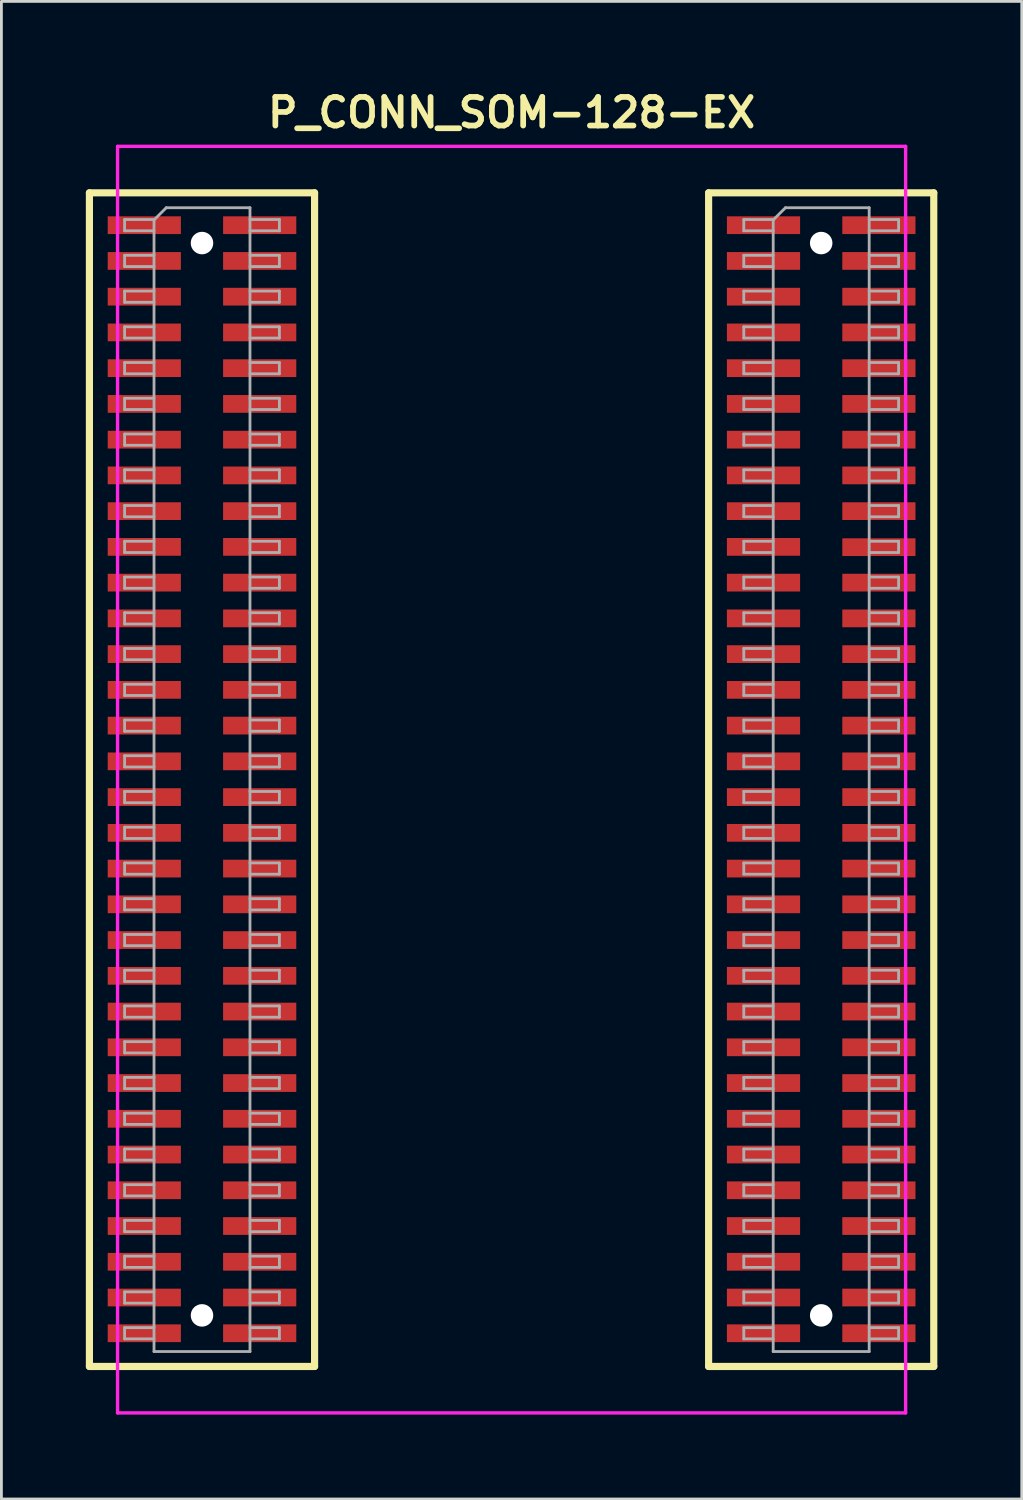
<source format=kicad_pcb>
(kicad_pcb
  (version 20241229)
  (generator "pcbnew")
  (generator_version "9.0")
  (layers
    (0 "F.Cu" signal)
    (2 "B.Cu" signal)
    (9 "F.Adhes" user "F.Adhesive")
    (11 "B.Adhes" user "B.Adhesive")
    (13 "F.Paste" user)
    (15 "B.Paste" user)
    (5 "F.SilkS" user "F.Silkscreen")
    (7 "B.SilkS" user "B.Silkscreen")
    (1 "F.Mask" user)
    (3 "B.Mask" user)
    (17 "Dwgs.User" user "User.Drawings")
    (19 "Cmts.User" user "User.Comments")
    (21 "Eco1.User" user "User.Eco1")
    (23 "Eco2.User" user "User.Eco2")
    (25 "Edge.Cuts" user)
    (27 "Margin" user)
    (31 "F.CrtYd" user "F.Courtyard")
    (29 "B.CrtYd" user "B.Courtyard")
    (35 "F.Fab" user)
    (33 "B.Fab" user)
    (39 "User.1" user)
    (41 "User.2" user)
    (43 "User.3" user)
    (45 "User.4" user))
  (footprint "P_CONN_SOM-128-EX"
    (layer "F.Cu")
    (at 4.127 4.951)
    (property "Reference" "P_CONN_SOM-128-EX" (at 11 -4 0) (layer "F.SilkS") (effects (font (size 1.016 1.016) (thickness 0.203))))
    (property "Value" "${VALUE}" (at 11 43 0) (layer "F.SilkS") (hide yes) (effects (font (size 1.016 0.914) (thickness 0.203) (italic yes))))
    (attr smd)
    (fp_line (start -4 -1.15) (end -4 40.55) (stroke (width 0.254) (type solid)) (layer "F.SilkS"))
    (fp_line (start -4 -1.15) (end 4 -1.15) (stroke (width 0.254) (type solid)) (layer "F.SilkS"))
    (fp_line (start -4 40.55) (end 4 40.55) (stroke (width 0.254) (type solid)) (layer "F.SilkS"))
    (fp_line (start 4 -1.15) (end 4 40.55) (stroke (width 0.254) (type solid)) (layer "F.SilkS"))
    (fp_line (start 18 -1.15) (end 18 40.55) (stroke (width 0.254) (type solid)) (layer "F.SilkS"))
    (fp_line (start 18 -1.15) (end 26 -1.15) (stroke (width 0.254) (type solid)) (layer "F.SilkS"))
    (fp_line (start 18 40.55) (end 26 40.55) (stroke (width 0.254) (type solid)) (layer "F.SilkS"))
    (fp_line (start 26 40.55) (end 26 -1.15) (stroke (width 0.254) (type solid)) (layer "F.SilkS"))
    (fp_line (start -3 -2.8) (end -3 42.2) (stroke (width 0.12) (type solid)) (layer "F.CrtYd"))
    (fp_line (start -3 -2.8) (end 25 -2.8) (stroke (width 0.12) (type solid)) (layer "F.CrtYd"))
    (fp_line (start -3 42.2) (end 25 42.2) (stroke (width 0.12) (type solid)) (layer "F.CrtYd"))
    (fp_line (start 25 -2.8) (end 25 42.2) (stroke (width 0.12) (type solid)) (layer "F.CrtYd"))
    (fp_line (start -2.75 -0.2) (end -2.75 0.2) (stroke (width 0.1) (type solid)) (layer "F.Fab"))
    (fp_line (start -2.75 0.2) (end -1.705 0.2) (stroke (width 0.1) (type solid)) (layer "F.Fab"))
    (fp_line (start -2.75 1.07) (end -2.75 1.47) (stroke (width 0.1) (type solid)) (layer "F.Fab"))
    (fp_line (start -2.75 1.47) (end -1.705 1.47) (stroke (width 0.1) (type solid)) (layer "F.Fab"))
    (fp_line (start -2.75 2.34) (end -2.75 2.74) (stroke (width 0.1) (type solid)) (layer "F.Fab"))
    (fp_line (start -2.75 2.74) (end -1.705 2.74) (stroke (width 0.1) (type solid)) (layer "F.Fab"))
    (fp_line (start -2.75 3.61) (end -2.75 4.01) (stroke (width 0.1) (type solid)) (layer "F.Fab"))
    (fp_line (start -2.75 4.01) (end -1.705 4.01) (stroke (width 0.1) (type solid)) (layer "F.Fab"))
    (fp_line (start -2.75 4.88) (end -2.75 5.28) (stroke (width 0.1) (type solid)) (layer "F.Fab"))
    (fp_line (start -2.75 5.28) (end -1.705 5.28) (stroke (width 0.1) (type solid)) (layer "F.Fab"))
    (fp_line (start -2.75 6.15) (end -2.75 6.55) (stroke (width 0.1) (type solid)) (layer "F.Fab"))
    (fp_line (start -2.75 6.55) (end -1.705 6.55) (stroke (width 0.1) (type solid)) (layer "F.Fab"))
    (fp_line (start -2.75 7.42) (end -2.75 7.82) (stroke (width 0.1) (type solid)) (layer "F.Fab"))
    (fp_line (start -2.75 7.82) (end -1.705 7.82) (stroke (width 0.1) (type solid)) (layer "F.Fab"))
    (fp_line (start -2.75 8.69) (end -2.75 9.09) (stroke (width 0.1) (type solid)) (layer "F.Fab"))
    (fp_line (start -2.75 9.09) (end -1.705 9.09) (stroke (width 0.1) (type solid)) (layer "F.Fab"))
    (fp_line (start -2.75 9.96) (end -2.75 10.36) (stroke (width 0.1) (type solid)) (layer "F.Fab"))
    (fp_line (start -2.75 10.36) (end -1.705 10.36) (stroke (width 0.1) (type solid)) (layer "F.Fab"))
    (fp_line (start -2.75 11.23) (end -2.75 11.63) (stroke (width 0.1) (type solid)) (layer "F.Fab"))
    (fp_line (start -2.75 11.63) (end -1.705 11.63) (stroke (width 0.1) (type solid)) (layer "F.Fab"))
    (fp_line (start -2.75 12.5) (end -2.75 12.9) (stroke (width 0.1) (type solid)) (layer "F.Fab"))
    (fp_line (start -2.75 12.9) (end -1.705 12.9) (stroke (width 0.1) (type solid)) (layer "F.Fab"))
    (fp_line (start -2.75 13.77) (end -2.75 14.17) (stroke (width 0.1) (type solid)) (layer "F.Fab"))
    (fp_line (start -2.75 14.17) (end -1.705 14.17) (stroke (width 0.1) (type solid)) (layer "F.Fab"))
    (fp_line (start -2.75 15.04) (end -2.75 15.44) (stroke (width 0.1) (type solid)) (layer "F.Fab"))
    (fp_line (start -2.75 15.44) (end -1.705 15.44) (stroke (width 0.1) (type solid)) (layer "F.Fab"))
    (fp_line (start -2.75 16.31) (end -2.75 16.71) (stroke (width 0.1) (type solid)) (layer "F.Fab"))
    (fp_line (start -2.75 16.71) (end -1.705 16.71) (stroke (width 0.1) (type solid)) (layer "F.Fab"))
    (fp_line (start -2.75 17.58) (end -2.75 17.98) (stroke (width 0.1) (type solid)) (layer "F.Fab"))
    (fp_line (start -2.75 17.98) (end -1.705 17.98) (stroke (width 0.1) (type solid)) (layer "F.Fab"))
    (fp_line (start -2.75 18.85) (end -2.75 19.25) (stroke (width 0.1) (type solid)) (layer "F.Fab"))
    (fp_line (start -2.75 19.25) (end -1.705 19.25) (stroke (width 0.1) (type solid)) (layer "F.Fab"))
    (fp_line (start -2.75 20.12) (end -2.75 20.52) (stroke (width 0.1) (type solid)) (layer "F.Fab"))
    (fp_line (start -2.75 20.52) (end -1.705 20.52) (stroke (width 0.1) (type solid)) (layer "F.Fab"))
    (fp_line (start -2.75 21.39) (end -2.75 21.79) (stroke (width 0.1) (type solid)) (layer "F.Fab"))
    (fp_line (start -2.75 21.79) (end -1.705 21.79) (stroke (width 0.1) (type solid)) (layer "F.Fab"))
    (fp_line (start -2.75 22.66) (end -2.75 23.06) (stroke (width 0.1) (type solid)) (layer "F.Fab"))
    (fp_line (start -2.75 23.06) (end -1.705 23.06) (stroke (width 0.1) (type solid)) (layer "F.Fab"))
    (fp_line (start -2.75 23.93) (end -2.75 24.33) (stroke (width 0.1) (type solid)) (layer "F.Fab"))
    (fp_line (start -2.75 24.33) (end -1.705 24.33) (stroke (width 0.1) (type solid)) (layer "F.Fab"))
    (fp_line (start -2.75 25.2) (end -2.75 25.6) (stroke (width 0.1) (type solid)) (layer "F.Fab"))
    (fp_line (start -2.75 25.6) (end -1.705 25.6) (stroke (width 0.1) (type solid)) (layer "F.Fab"))
    (fp_line (start -2.75 26.47) (end -2.75 26.87) (stroke (width 0.1) (type solid)) (layer "F.Fab"))
    (fp_line (start -2.75 26.87) (end -1.705 26.87) (stroke (width 0.1) (type solid)) (layer "F.Fab"))
    (fp_line (start -2.75 27.74) (end -2.75 28.14) (stroke (width 0.1) (type solid)) (layer "F.Fab"))
    (fp_line (start -2.75 28.14) (end -1.705 28.14) (stroke (width 0.1) (type solid)) (layer "F.Fab"))
    (fp_line (start -2.75 29.01) (end -2.75 29.41) (stroke (width 0.1) (type solid)) (layer "F.Fab"))
    (fp_line (start -2.75 29.41) (end -1.705 29.41) (stroke (width 0.1) (type solid)) (layer "F.Fab"))
    (fp_line (start -2.75 30.28) (end -2.75 30.68) (stroke (width 0.1) (type solid)) (layer "F.Fab"))
    (fp_line (start -2.75 30.68) (end -1.705 30.68) (stroke (width 0.1) (type solid)) (layer "F.Fab"))
    (fp_line (start -2.75 31.55) (end -2.75 31.95) (stroke (width 0.1) (type solid)) (layer "F.Fab"))
    (fp_line (start -2.75 31.95) (end -1.705 31.95) (stroke (width 0.1) (type solid)) (layer "F.Fab"))
    (fp_line (start -2.75 32.82) (end -2.75 33.22) (stroke (width 0.1) (type solid)) (layer "F.Fab"))
    (fp_line (start -2.75 33.22) (end -1.705 33.22) (stroke (width 0.1) (type solid)) (layer "F.Fab"))
    (fp_line (start -2.75 34.09) (end -2.75 34.49) (stroke (width 0.1) (type solid)) (layer "F.Fab"))
    (fp_line (start -2.75 34.49) (end -1.705 34.49) (stroke (width 0.1) (type solid)) (layer "F.Fab"))
    (fp_line (start -2.75 35.36) (end -2.75 35.76) (stroke (width 0.1) (type solid)) (layer "F.Fab"))
    (fp_line (start -2.75 35.76) (end -1.705 35.76) (stroke (width 0.1) (type solid)) (layer "F.Fab"))
    (fp_line (start -2.75 36.63) (end -2.75 37.03) (stroke (width 0.1) (type solid)) (layer "F.Fab"))
    (fp_line (start -2.75 37.03) (end -1.705 37.03) (stroke (width 0.1) (type solid)) (layer "F.Fab"))
    (fp_line (start -2.75 37.9) (end -2.75 38.3) (stroke (width 0.1) (type solid)) (layer "F.Fab"))
    (fp_line (start -2.75 38.3) (end -1.705 38.3) (stroke (width 0.1) (type solid)) (layer "F.Fab"))
    (fp_line (start -2.75 39.17) (end -2.75 39.57) (stroke (width 0.1) (type solid)) (layer "F.Fab"))
    (fp_line (start -2.75 39.57) (end -1.705 39.57) (stroke (width 0.1) (type solid)) (layer "F.Fab"))
    (fp_line (start -1.705 -0.2) (end -2.75 -0.2) (stroke (width 0.1) (type solid)) (layer "F.Fab"))
    (fp_line (start -1.705 -0.185) (end -1.27 -0.62) (stroke (width 0.1) (type solid)) (layer "F.Fab"))
    (fp_line (start -1.705 1.07) (end -2.75 1.07) (stroke (width 0.1) (type solid)) (layer "F.Fab"))
    (fp_line (start -1.705 2.34) (end -2.75 2.34) (stroke (width 0.1) (type solid)) (layer "F.Fab"))
    (fp_line (start -1.705 3.61) (end -2.75 3.61) (stroke (width 0.1) (type solid)) (layer "F.Fab"))
    (fp_line (start -1.705 4.88) (end -2.75 4.88) (stroke (width 0.1) (type solid)) (layer "F.Fab"))
    (fp_line (start -1.705 6.15) (end -2.75 6.15) (stroke (width 0.1) (type solid)) (layer "F.Fab"))
    (fp_line (start -1.705 7.42) (end -2.75 7.42) (stroke (width 0.1) (type solid)) (layer "F.Fab"))
    (fp_line (start -1.705 8.69) (end -2.75 8.69) (stroke (width 0.1) (type solid)) (layer "F.Fab"))
    (fp_line (start -1.705 9.96) (end -2.75 9.96) (stroke (width 0.1) (type solid)) (layer "F.Fab"))
    (fp_line (start -1.705 11.23) (end -2.75 11.23) (stroke (width 0.1) (type solid)) (layer "F.Fab"))
    (fp_line (start -1.705 12.5) (end -2.75 12.5) (stroke (width 0.1) (type solid)) (layer "F.Fab"))
    (fp_line (start -1.705 13.77) (end -2.75 13.77) (stroke (width 0.1) (type solid)) (layer "F.Fab"))
    (fp_line (start -1.705 15.04) (end -2.75 15.04) (stroke (width 0.1) (type solid)) (layer "F.Fab"))
    (fp_line (start -1.705 16.31) (end -2.75 16.31) (stroke (width 0.1) (type solid)) (layer "F.Fab"))
    (fp_line (start -1.705 17.58) (end -2.75 17.58) (stroke (width 0.1) (type solid)) (layer "F.Fab"))
    (fp_line (start -1.705 18.85) (end -2.75 18.85) (stroke (width 0.1) (type solid)) (layer "F.Fab"))
    (fp_line (start -1.705 20.12) (end -2.75 20.12) (stroke (width 0.1) (type solid)) (layer "F.Fab"))
    (fp_line (start -1.705 21.39) (end -2.75 21.39) (stroke (width 0.1) (type solid)) (layer "F.Fab"))
    (fp_line (start -1.705 22.66) (end -2.75 22.66) (stroke (width 0.1) (type solid)) (layer "F.Fab"))
    (fp_line (start -1.705 23.93) (end -2.75 23.93) (stroke (width 0.1) (type solid)) (layer "F.Fab"))
    (fp_line (start -1.705 25.2) (end -2.75 25.2) (stroke (width 0.1) (type solid)) (layer "F.Fab"))
    (fp_line (start -1.705 26.47) (end -2.75 26.47) (stroke (width 0.1) (type solid)) (layer "F.Fab"))
    (fp_line (start -1.705 27.74) (end -2.75 27.74) (stroke (width 0.1) (type solid)) (layer "F.Fab"))
    (fp_line (start -1.705 29.01) (end -2.75 29.01) (stroke (width 0.1) (type solid)) (layer "F.Fab"))
    (fp_line (start -1.705 30.28) (end -2.75 30.28) (stroke (width 0.1) (type solid)) (layer "F.Fab"))
    (fp_line (start -1.705 31.55) (end -2.75 31.55) (stroke (width 0.1) (type solid)) (layer "F.Fab"))
    (fp_line (start -1.705 32.82) (end -2.75 32.82) (stroke (width 0.1) (type solid)) (layer "F.Fab"))
    (fp_line (start -1.705 34.09) (end -2.75 34.09) (stroke (width 0.1) (type solid)) (layer "F.Fab"))
    (fp_line (start -1.705 35.36) (end -2.75 35.36) (stroke (width 0.1) (type solid)) (layer "F.Fab"))
    (fp_line (start -1.705 36.63) (end -2.75 36.63) (stroke (width 0.1) (type solid)) (layer "F.Fab"))
    (fp_line (start -1.705 37.9) (end -2.75 37.9) (stroke (width 0.1) (type solid)) (layer "F.Fab"))
    (fp_line (start -1.705 39.17) (end -2.75 39.17) (stroke (width 0.1) (type solid)) (layer "F.Fab"))
    (fp_line (start -1.705 40.02) (end -1.705 -0.185) (stroke (width 0.1) (type solid)) (layer "F.Fab"))
    (fp_line (start -1.27 -0.62) (end 1.705 -0.62) (stroke (width 0.1) (type solid)) (layer "F.Fab"))
    (fp_line (start 1.705 -0.62) (end 1.705 40.02) (stroke (width 0.1) (type solid)) (layer "F.Fab"))
    (fp_line (start 1.705 -0.2) (end 2.75 -0.2) (stroke (width 0.1) (type solid)) (layer "F.Fab"))
    (fp_line (start 1.705 1.07) (end 2.75 1.07) (stroke (width 0.1) (type solid)) (layer "F.Fab"))
    (fp_line (start 1.705 2.34) (end 2.75 2.34) (stroke (width 0.1) (type solid)) (layer "F.Fab"))
    (fp_line (start 1.705 3.61) (end 2.75 3.61) (stroke (width 0.1) (type solid)) (layer "F.Fab"))
    (fp_line (start 1.705 4.88) (end 2.75 4.88) (stroke (width 0.1) (type solid)) (layer "F.Fab"))
    (fp_line (start 1.705 6.15) (end 2.75 6.15) (stroke (width 0.1) (type solid)) (layer "F.Fab"))
    (fp_line (start 1.705 7.42) (end 2.75 7.42) (stroke (width 0.1) (type solid)) (layer "F.Fab"))
    (fp_line (start 1.705 8.69) (end 2.75 8.69) (stroke (width 0.1) (type solid)) (layer "F.Fab"))
    (fp_line (start 1.705 9.96) (end 2.75 9.96) (stroke (width 0.1) (type solid)) (layer "F.Fab"))
    (fp_line (start 1.705 11.23) (end 2.75 11.23) (stroke (width 0.1) (type solid)) (layer "F.Fab"))
    (fp_line (start 1.705 12.5) (end 2.75 12.5) (stroke (width 0.1) (type solid)) (layer "F.Fab"))
    (fp_line (start 1.705 13.77) (end 2.75 13.77) (stroke (width 0.1) (type solid)) (layer "F.Fab"))
    (fp_line (start 1.705 15.04) (end 2.75 15.04) (stroke (width 0.1) (type solid)) (layer "F.Fab"))
    (fp_line (start 1.705 16.31) (end 2.75 16.31) (stroke (width 0.1) (type solid)) (layer "F.Fab"))
    (fp_line (start 1.705 17.58) (end 2.75 17.58) (stroke (width 0.1) (type solid)) (layer "F.Fab"))
    (fp_line (start 1.705 18.85) (end 2.75 18.85) (stroke (width 0.1) (type solid)) (layer "F.Fab"))
    (fp_line (start 1.705 20.12) (end 2.75 20.12) (stroke (width 0.1) (type solid)) (layer "F.Fab"))
    (fp_line (start 1.705 21.39) (end 2.75 21.39) (stroke (width 0.1) (type solid)) (layer "F.Fab"))
    (fp_line (start 1.705 22.66) (end 2.75 22.66) (stroke (width 0.1) (type solid)) (layer "F.Fab"))
    (fp_line (start 1.705 23.93) (end 2.75 23.93) (stroke (width 0.1) (type solid)) (layer "F.Fab"))
    (fp_line (start 1.705 25.2) (end 2.75 25.2) (stroke (width 0.1) (type solid)) (layer "F.Fab"))
    (fp_line (start 1.705 26.47) (end 2.75 26.47) (stroke (width 0.1) (type solid)) (layer "F.Fab"))
    (fp_line (start 1.705 27.74) (end 2.75 27.74) (stroke (width 0.1) (type solid)) (layer "F.Fab"))
    (fp_line (start 1.705 29.01) (end 2.75 29.01) (stroke (width 0.1) (type solid)) (layer "F.Fab"))
    (fp_line (start 1.705 30.28) (end 2.75 30.28) (stroke (width 0.1) (type solid)) (layer "F.Fab"))
    (fp_line (start 1.705 31.55) (end 2.75 31.55) (stroke (width 0.1) (type solid)) (layer "F.Fab"))
    (fp_line (start 1.705 32.82) (end 2.75 32.82) (stroke (width 0.1) (type solid)) (layer "F.Fab"))
    (fp_line (start 1.705 34.09) (end 2.75 34.09) (stroke (width 0.1) (type solid)) (layer "F.Fab"))
    (fp_line (start 1.705 35.36) (end 2.75 35.36) (stroke (width 0.1) (type solid)) (layer "F.Fab"))
    (fp_line (start 1.705 36.63) (end 2.75 36.63) (stroke (width 0.1) (type solid)) (layer "F.Fab"))
    (fp_line (start 1.705 37.9) (end 2.75 37.9) (stroke (width 0.1) (type solid)) (layer "F.Fab"))
    (fp_line (start 1.705 39.17) (end 2.75 39.17) (stroke (width 0.1) (type solid)) (layer "F.Fab"))
    (fp_line (start 1.705 40.02) (end -1.705 40.02) (stroke (width 0.1) (type solid)) (layer "F.Fab"))
    (fp_line (start 2.75 -0.2) (end 2.75 0.2) (stroke (width 0.1) (type solid)) (layer "F.Fab"))
    (fp_line (start 2.75 0.2) (end 1.705 0.2) (stroke (width 0.1) (type solid)) (layer "F.Fab"))
    (fp_line (start 2.75 1.07) (end 2.75 1.47) (stroke (width 0.1) (type solid)) (layer "F.Fab"))
    (fp_line (start 2.75 1.47) (end 1.705 1.47) (stroke (width 0.1) (type solid)) (layer "F.Fab"))
    (fp_line (start 2.75 2.34) (end 2.75 2.74) (stroke (width 0.1) (type solid)) (layer "F.Fab"))
    (fp_line (start 2.75 2.74) (end 1.705 2.74) (stroke (width 0.1) (type solid)) (layer "F.Fab"))
    (fp_line (start 2.75 3.61) (end 2.75 4.01) (stroke (width 0.1) (type solid)) (layer "F.Fab"))
    (fp_line (start 2.75 4.01) (end 1.705 4.01) (stroke (width 0.1) (type solid)) (layer "F.Fab"))
    (fp_line (start 2.75 4.88) (end 2.75 5.28) (stroke (width 0.1) (type solid)) (layer "F.Fab"))
    (fp_line (start 2.75 5.28) (end 1.705 5.28) (stroke (width 0.1) (type solid)) (layer "F.Fab"))
    (fp_line (start 2.75 6.15) (end 2.75 6.55) (stroke (width 0.1) (type solid)) (layer "F.Fab"))
    (fp_line (start 2.75 6.55) (end 1.705 6.55) (stroke (width 0.1) (type solid)) (layer "F.Fab"))
    (fp_line (start 2.75 7.42) (end 2.75 7.82) (stroke (width 0.1) (type solid)) (layer "F.Fab"))
    (fp_line (start 2.75 7.82) (end 1.705 7.82) (stroke (width 0.1) (type solid)) (layer "F.Fab"))
    (fp_line (start 2.75 8.69) (end 2.75 9.09) (stroke (width 0.1) (type solid)) (layer "F.Fab"))
    (fp_line (start 2.75 9.09) (end 1.705 9.09) (stroke (width 0.1) (type solid)) (layer "F.Fab"))
    (fp_line (start 2.75 9.96) (end 2.75 10.36) (stroke (width 0.1) (type solid)) (layer "F.Fab"))
    (fp_line (start 2.75 10.36) (end 1.705 10.36) (stroke (width 0.1) (type solid)) (layer "F.Fab"))
    (fp_line (start 2.75 11.23) (end 2.75 11.63) (stroke (width 0.1) (type solid)) (layer "F.Fab"))
    (fp_line (start 2.75 11.63) (end 1.705 11.63) (stroke (width 0.1) (type solid)) (layer "F.Fab"))
    (fp_line (start 2.75 12.5) (end 2.75 12.9) (stroke (width 0.1) (type solid)) (layer "F.Fab"))
    (fp_line (start 2.75 12.9) (end 1.705 12.9) (stroke (width 0.1) (type solid)) (layer "F.Fab"))
    (fp_line (start 2.75 13.77) (end 2.75 14.17) (stroke (width 0.1) (type solid)) (layer "F.Fab"))
    (fp_line (start 2.75 14.17) (end 1.705 14.17) (stroke (width 0.1) (type solid)) (layer "F.Fab"))
    (fp_line (start 2.75 15.04) (end 2.75 15.44) (stroke (width 0.1) (type solid)) (layer "F.Fab"))
    (fp_line (start 2.75 15.44) (end 1.705 15.44) (stroke (width 0.1) (type solid)) (layer "F.Fab"))
    (fp_line (start 2.75 16.31) (end 2.75 16.71) (stroke (width 0.1) (type solid)) (layer "F.Fab"))
    (fp_line (start 2.75 16.71) (end 1.705 16.71) (stroke (width 0.1) (type solid)) (layer "F.Fab"))
    (fp_line (start 2.75 17.58) (end 2.75 17.98) (stroke (width 0.1) (type solid)) (layer "F.Fab"))
    (fp_line (start 2.75 17.98) (end 1.705 17.98) (stroke (width 0.1) (type solid)) (layer "F.Fab"))
    (fp_line (start 2.75 18.85) (end 2.75 19.25) (stroke (width 0.1) (type solid)) (layer "F.Fab"))
    (fp_line (start 2.75 19.25) (end 1.705 19.25) (stroke (width 0.1) (type solid)) (layer "F.Fab"))
    (fp_line (start 2.75 20.12) (end 2.75 20.52) (stroke (width 0.1) (type solid)) (layer "F.Fab"))
    (fp_line (start 2.75 20.52) (end 1.705 20.52) (stroke (width 0.1) (type solid)) (layer "F.Fab"))
    (fp_line (start 2.75 21.39) (end 2.75 21.79) (stroke (width 0.1) (type solid)) (layer "F.Fab"))
    (fp_line (start 2.75 21.79) (end 1.705 21.79) (stroke (width 0.1) (type solid)) (layer "F.Fab"))
    (fp_line (start 2.75 22.66) (end 2.75 23.06) (stroke (width 0.1) (type solid)) (layer "F.Fab"))
    (fp_line (start 2.75 23.06) (end 1.705 23.06) (stroke (width 0.1) (type solid)) (layer "F.Fab"))
    (fp_line (start 2.75 23.93) (end 2.75 24.33) (stroke (width 0.1) (type solid)) (layer "F.Fab"))
    (fp_line (start 2.75 24.33) (end 1.705 24.33) (stroke (width 0.1) (type solid)) (layer "F.Fab"))
    (fp_line (start 2.75 25.2) (end 2.75 25.6) (stroke (width 0.1) (type solid)) (layer "F.Fab"))
    (fp_line (start 2.75 25.6) (end 1.705 25.6) (stroke (width 0.1) (type solid)) (layer "F.Fab"))
    (fp_line (start 2.75 26.47) (end 2.75 26.87) (stroke (width 0.1) (type solid)) (layer "F.Fab"))
    (fp_line (start 2.75 26.87) (end 1.705 26.87) (stroke (width 0.1) (type solid)) (layer "F.Fab"))
    (fp_line (start 2.75 27.74) (end 2.75 28.14) (stroke (width 0.1) (type solid)) (layer "F.Fab"))
    (fp_line (start 2.75 28.14) (end 1.705 28.14) (stroke (width 0.1) (type solid)) (layer "F.Fab"))
    (fp_line (start 2.75 29.01) (end 2.75 29.41) (stroke (width 0.1) (type solid)) (layer "F.Fab"))
    (fp_line (start 2.75 29.41) (end 1.705 29.41) (stroke (width 0.1) (type solid)) (layer "F.Fab"))
    (fp_line (start 2.75 30.28) (end 2.75 30.68) (stroke (width 0.1) (type solid)) (layer "F.Fab"))
    (fp_line (start 2.75 30.68) (end 1.705 30.68) (stroke (width 0.1) (type solid)) (layer "F.Fab"))
    (fp_line (start 2.75 31.55) (end 2.75 31.95) (stroke (width 0.1) (type solid)) (layer "F.Fab"))
    (fp_line (start 2.75 31.95) (end 1.705 31.95) (stroke (width 0.1) (type solid)) (layer "F.Fab"))
    (fp_line (start 2.75 32.82) (end 2.75 33.22) (stroke (width 0.1) (type solid)) (layer "F.Fab"))
    (fp_line (start 2.75 33.22) (end 1.705 33.22) (stroke (width 0.1) (type solid)) (layer "F.Fab"))
    (fp_line (start 2.75 34.09) (end 2.75 34.49) (stroke (width 0.1) (type solid)) (layer "F.Fab"))
    (fp_line (start 2.75 34.49) (end 1.705 34.49) (stroke (width 0.1) (type solid)) (layer "F.Fab"))
    (fp_line (start 2.75 35.36) (end 2.75 35.76) (stroke (width 0.1) (type solid)) (layer "F.Fab"))
    (fp_line (start 2.75 35.76) (end 1.705 35.76) (stroke (width 0.1) (type solid)) (layer "F.Fab"))
    (fp_line (start 2.75 36.63) (end 2.75 37.03) (stroke (width 0.1) (type solid)) (layer "F.Fab"))
    (fp_line (start 2.75 37.03) (end 1.705 37.03) (stroke (width 0.1) (type solid)) (layer "F.Fab"))
    (fp_line (start 2.75 37.9) (end 2.75 38.3) (stroke (width 0.1) (type solid)) (layer "F.Fab"))
    (fp_line (start 2.75 38.3) (end 1.705 38.3) (stroke (width 0.1) (type solid)) (layer "F.Fab"))
    (fp_line (start 2.75 39.17) (end 2.75 39.57) (stroke (width 0.1) (type solid)) (layer "F.Fab"))
    (fp_line (start 2.75 39.57) (end 1.705 39.57) (stroke (width 0.1) (type solid)) (layer "F.Fab"))
    (fp_line (start 19.25 -0.2) (end 19.25 0.2) (stroke (width 0.1) (type solid)) (layer "F.Fab"))
    (fp_line (start 19.25 0.2) (end 20.295 0.2) (stroke (width 0.1) (type solid)) (layer "F.Fab"))
    (fp_line (start 19.25 1.07) (end 19.25 1.47) (stroke (width 0.1) (type solid)) (layer "F.Fab"))
    (fp_line (start 19.25 1.47) (end 20.295 1.47) (stroke (width 0.1) (type solid)) (layer "F.Fab"))
    (fp_line (start 19.25 2.34) (end 19.25 2.74) (stroke (width 0.1) (type solid)) (layer "F.Fab"))
    (fp_line (start 19.25 2.74) (end 20.295 2.74) (stroke (width 0.1) (type solid)) (layer "F.Fab"))
    (fp_line (start 19.25 3.61) (end 19.25 4.01) (stroke (width 0.1) (type solid)) (layer "F.Fab"))
    (fp_line (start 19.25 4.01) (end 20.295 4.01) (stroke (width 0.1) (type solid)) (layer "F.Fab"))
    (fp_line (start 19.25 4.88) (end 19.25 5.28) (stroke (width 0.1) (type solid)) (layer "F.Fab"))
    (fp_line (start 19.25 5.28) (end 20.295 5.28) (stroke (width 0.1) (type solid)) (layer "F.Fab"))
    (fp_line (start 19.25 6.15) (end 19.25 6.55) (stroke (width 0.1) (type solid)) (layer "F.Fab"))
    (fp_line (start 19.25 6.55) (end 20.295 6.55) (stroke (width 0.1) (type solid)) (layer "F.Fab"))
    (fp_line (start 19.25 7.42) (end 19.25 7.82) (stroke (width 0.1) (type solid)) (layer "F.Fab"))
    (fp_line (start 19.25 7.82) (end 20.295 7.82) (stroke (width 0.1) (type solid)) (layer "F.Fab"))
    (fp_line (start 19.25 8.69) (end 19.25 9.09) (stroke (width 0.1) (type solid)) (layer "F.Fab"))
    (fp_line (start 19.25 9.09) (end 20.295 9.09) (stroke (width 0.1) (type solid)) (layer "F.Fab"))
    (fp_line (start 19.25 9.96) (end 19.25 10.36) (stroke (width 0.1) (type solid)) (layer "F.Fab"))
    (fp_line (start 19.25 10.36) (end 20.295 10.36) (stroke (width 0.1) (type solid)) (layer "F.Fab"))
    (fp_line (start 19.25 11.23) (end 19.25 11.63) (stroke (width 0.1) (type solid)) (layer "F.Fab"))
    (fp_line (start 19.25 11.63) (end 20.295 11.63) (stroke (width 0.1) (type solid)) (layer "F.Fab"))
    (fp_line (start 19.25 12.5) (end 19.25 12.9) (stroke (width 0.1) (type solid)) (layer "F.Fab"))
    (fp_line (start 19.25 12.9) (end 20.295 12.9) (stroke (width 0.1) (type solid)) (layer "F.Fab"))
    (fp_line (start 19.25 13.77) (end 19.25 14.17) (stroke (width 0.1) (type solid)) (layer "F.Fab"))
    (fp_line (start 19.25 14.17) (end 20.295 14.17) (stroke (width 0.1) (type solid)) (layer "F.Fab"))
    (fp_line (start 19.25 15.04) (end 19.25 15.44) (stroke (width 0.1) (type solid)) (layer "F.Fab"))
    (fp_line (start 19.25 15.44) (end 20.295 15.44) (stroke (width 0.1) (type solid)) (layer "F.Fab"))
    (fp_line (start 19.25 16.31) (end 19.25 16.71) (stroke (width 0.1) (type solid)) (layer "F.Fab"))
    (fp_line (start 19.25 16.71) (end 20.295 16.71) (stroke (width 0.1) (type solid)) (layer "F.Fab"))
    (fp_line (start 19.25 17.58) (end 19.25 17.98) (stroke (width 0.1) (type solid)) (layer "F.Fab"))
    (fp_line (start 19.25 17.98) (end 20.295 17.98) (stroke (width 0.1) (type solid)) (layer "F.Fab"))
    (fp_line (start 19.25 18.85) (end 19.25 19.25) (stroke (width 0.1) (type solid)) (layer "F.Fab"))
    (fp_line (start 19.25 19.25) (end 20.295 19.25) (stroke (width 0.1) (type solid)) (layer "F.Fab"))
    (fp_line (start 19.25 20.12) (end 19.25 20.52) (stroke (width 0.1) (type solid)) (layer "F.Fab"))
    (fp_line (start 19.25 20.52) (end 20.295 20.52) (stroke (width 0.1) (type solid)) (layer "F.Fab"))
    (fp_line (start 19.25 21.39) (end 19.25 21.79) (stroke (width 0.1) (type solid)) (layer "F.Fab"))
    (fp_line (start 19.25 21.79) (end 20.295 21.79) (stroke (width 0.1) (type solid)) (layer "F.Fab"))
    (fp_line (start 19.25 22.66) (end 19.25 23.06) (stroke (width 0.1) (type solid)) (layer "F.Fab"))
    (fp_line (start 19.25 23.06) (end 20.295 23.06) (stroke (width 0.1) (type solid)) (layer "F.Fab"))
    (fp_line (start 19.25 23.93) (end 19.25 24.33) (stroke (width 0.1) (type solid)) (layer "F.Fab"))
    (fp_line (start 19.25 24.33) (end 20.295 24.33) (stroke (width 0.1) (type solid)) (layer "F.Fab"))
    (fp_line (start 19.25 25.2) (end 19.25 25.6) (stroke (width 0.1) (type solid)) (layer "F.Fab"))
    (fp_line (start 19.25 25.6) (end 20.295 25.6) (stroke (width 0.1) (type solid)) (layer "F.Fab"))
    (fp_line (start 19.25 26.47) (end 19.25 26.87) (stroke (width 0.1) (type solid)) (layer "F.Fab"))
    (fp_line (start 19.25 26.87) (end 20.295 26.87) (stroke (width 0.1) (type solid)) (layer "F.Fab"))
    (fp_line (start 19.25 27.74) (end 19.25 28.14) (stroke (width 0.1) (type solid)) (layer "F.Fab"))
    (fp_line (start 19.25 28.14) (end 20.295 28.14) (stroke (width 0.1) (type solid)) (layer "F.Fab"))
    (fp_line (start 19.25 29.01) (end 19.25 29.41) (stroke (width 0.1) (type solid)) (layer "F.Fab"))
    (fp_line (start 19.25 29.41) (end 20.295 29.41) (stroke (width 0.1) (type solid)) (layer "F.Fab"))
    (fp_line (start 19.25 30.28) (end 19.25 30.68) (stroke (width 0.1) (type solid)) (layer "F.Fab"))
    (fp_line (start 19.25 30.68) (end 20.295 30.68) (stroke (width 0.1) (type solid)) (layer "F.Fab"))
    (fp_line (start 19.25 31.55) (end 19.25 31.95) (stroke (width 0.1) (type solid)) (layer "F.Fab"))
    (fp_line (start 19.25 31.95) (end 20.295 31.95) (stroke (width 0.1) (type solid)) (layer "F.Fab"))
    (fp_line (start 19.25 32.82) (end 19.25 33.22) (stroke (width 0.1) (type solid)) (layer "F.Fab"))
    (fp_line (start 19.25 33.22) (end 20.295 33.22) (stroke (width 0.1) (type solid)) (layer "F.Fab"))
    (fp_line (start 19.25 34.09) (end 19.25 34.49) (stroke (width 0.1) (type solid)) (layer "F.Fab"))
    (fp_line (start 19.25 34.49) (end 20.295 34.49) (stroke (width 0.1) (type solid)) (layer "F.Fab"))
    (fp_line (start 19.25 35.36) (end 19.25 35.76) (stroke (width 0.1) (type solid)) (layer "F.Fab"))
    (fp_line (start 19.25 35.76) (end 20.295 35.76) (stroke (width 0.1) (type solid)) (layer "F.Fab"))
    (fp_line (start 19.25 36.63) (end 19.25 37.03) (stroke (width 0.1) (type solid)) (layer "F.Fab"))
    (fp_line (start 19.25 37.03) (end 20.295 37.03) (stroke (width 0.1) (type solid)) (layer "F.Fab"))
    (fp_line (start 19.25 37.9) (end 19.25 38.3) (stroke (width 0.1) (type solid)) (layer "F.Fab"))
    (fp_line (start 19.25 38.3) (end 20.295 38.3) (stroke (width 0.1) (type solid)) (layer "F.Fab"))
    (fp_line (start 19.25 39.17) (end 19.25 39.57) (stroke (width 0.1) (type solid)) (layer "F.Fab"))
    (fp_line (start 19.25 39.57) (end 20.295 39.57) (stroke (width 0.1) (type solid)) (layer "F.Fab"))
    (fp_line (start 20.295 -0.2) (end 19.25 -0.2) (stroke (width 0.1) (type solid)) (layer "F.Fab"))
    (fp_line (start 20.295 -0.185) (end 20.73 -0.62) (stroke (width 0.1) (type solid)) (layer "F.Fab"))
    (fp_line (start 20.295 1.07) (end 19.25 1.07) (stroke (width 0.1) (type solid)) (layer "F.Fab"))
    (fp_line (start 20.295 2.34) (end 19.25 2.34) (stroke (width 0.1) (type solid)) (layer "F.Fab"))
    (fp_line (start 20.295 3.61) (end 19.25 3.61) (stroke (width 0.1) (type solid)) (layer "F.Fab"))
    (fp_line (start 20.295 4.88) (end 19.25 4.88) (stroke (width 0.1) (type solid)) (layer "F.Fab"))
    (fp_line (start 20.295 6.15) (end 19.25 6.15) (stroke (width 0.1) (type solid)) (layer "F.Fab"))
    (fp_line (start 20.295 7.42) (end 19.25 7.42) (stroke (width 0.1) (type solid)) (layer "F.Fab"))
    (fp_line (start 20.295 8.69) (end 19.25 8.69) (stroke (width 0.1) (type solid)) (layer "F.Fab"))
    (fp_line (start 20.295 9.96) (end 19.25 9.96) (stroke (width 0.1) (type solid)) (layer "F.Fab"))
    (fp_line (start 20.295 11.23) (end 19.25 11.23) (stroke (width 0.1) (type solid)) (layer "F.Fab"))
    (fp_line (start 20.295 12.5) (end 19.25 12.5) (stroke (width 0.1) (type solid)) (layer "F.Fab"))
    (fp_line (start 20.295 13.77) (end 19.25 13.77) (stroke (width 0.1) (type solid)) (layer "F.Fab"))
    (fp_line (start 20.295 15.04) (end 19.25 15.04) (stroke (width 0.1) (type solid)) (layer "F.Fab"))
    (fp_line (start 20.295 16.31) (end 19.25 16.31) (stroke (width 0.1) (type solid)) (layer "F.Fab"))
    (fp_line (start 20.295 17.58) (end 19.25 17.58) (stroke (width 0.1) (type solid)) (layer "F.Fab"))
    (fp_line (start 20.295 18.85) (end 19.25 18.85) (stroke (width 0.1) (type solid)) (layer "F.Fab"))
    (fp_line (start 20.295 20.12) (end 19.25 20.12) (stroke (width 0.1) (type solid)) (layer "F.Fab"))
    (fp_line (start 20.295 21.39) (end 19.25 21.39) (stroke (width 0.1) (type solid)) (layer "F.Fab"))
    (fp_line (start 20.295 22.66) (end 19.25 22.66) (stroke (width 0.1) (type solid)) (layer "F.Fab"))
    (fp_line (start 20.295 23.93) (end 19.25 23.93) (stroke (width 0.1) (type solid)) (layer "F.Fab"))
    (fp_line (start 20.295 25.2) (end 19.25 25.2) (stroke (width 0.1) (type solid)) (layer "F.Fab"))
    (fp_line (start 20.295 26.47) (end 19.25 26.47) (stroke (width 0.1) (type solid)) (layer "F.Fab"))
    (fp_line (start 20.295 27.74) (end 19.25 27.74) (stroke (width 0.1) (type solid)) (layer "F.Fab"))
    (fp_line (start 20.295 29.01) (end 19.25 29.01) (stroke (width 0.1) (type solid)) (layer "F.Fab"))
    (fp_line (start 20.295 30.28) (end 19.25 30.28) (stroke (width 0.1) (type solid)) (layer "F.Fab"))
    (fp_line (start 20.295 31.55) (end 19.25 31.55) (stroke (width 0.1) (type solid)) (layer "F.Fab"))
    (fp_line (start 20.295 32.82) (end 19.25 32.82) (stroke (width 0.1) (type solid)) (layer "F.Fab"))
    (fp_line (start 20.295 34.09) (end 19.25 34.09) (stroke (width 0.1) (type solid)) (layer "F.Fab"))
    (fp_line (start 20.295 35.36) (end 19.25 35.36) (stroke (width 0.1) (type solid)) (layer "F.Fab"))
    (fp_line (start 20.295 36.63) (end 19.25 36.63) (stroke (width 0.1) (type solid)) (layer "F.Fab"))
    (fp_line (start 20.295 37.9) (end 19.25 37.9) (stroke (width 0.1) (type solid)) (layer "F.Fab"))
    (fp_line (start 20.295 39.17) (end 19.25 39.17) (stroke (width 0.1) (type solid)) (layer "F.Fab"))
    (fp_line (start 20.295 40.02) (end 20.295 -0.185) (stroke (width 0.1) (type solid)) (layer "F.Fab"))
    (fp_line (start 20.73 -0.62) (end 23.705 -0.62) (stroke (width 0.1) (type solid)) (layer "F.Fab"))
    (fp_line (start 23.705 -0.62) (end 23.705 40.02) (stroke (width 0.1) (type solid)) (layer "F.Fab"))
    (fp_line (start 23.705 -0.2) (end 24.75 -0.2) (stroke (width 0.1) (type solid)) (layer "F.Fab"))
    (fp_line (start 23.705 1.07) (end 24.75 1.07) (stroke (width 0.1) (type solid)) (layer "F.Fab"))
    (fp_line (start 23.705 2.34) (end 24.75 2.34) (stroke (width 0.1) (type solid)) (layer "F.Fab"))
    (fp_line (start 23.705 3.61) (end 24.75 3.61) (stroke (width 0.1) (type solid)) (layer "F.Fab"))
    (fp_line (start 23.705 4.88) (end 24.75 4.88) (stroke (width 0.1) (type solid)) (layer "F.Fab"))
    (fp_line (start 23.705 6.15) (end 24.75 6.15) (stroke (width 0.1) (type solid)) (layer "F.Fab"))
    (fp_line (start 23.705 7.42) (end 24.75 7.42) (stroke (width 0.1) (type solid)) (layer "F.Fab"))
    (fp_line (start 23.705 8.69) (end 24.75 8.69) (stroke (width 0.1) (type solid)) (layer "F.Fab"))
    (fp_line (start 23.705 9.96) (end 24.75 9.96) (stroke (width 0.1) (type solid)) (layer "F.Fab"))
    (fp_line (start 23.705 11.23) (end 24.75 11.23) (stroke (width 0.1) (type solid)) (layer "F.Fab"))
    (fp_line (start 23.705 12.5) (end 24.75 12.5) (stroke (width 0.1) (type solid)) (layer "F.Fab"))
    (fp_line (start 23.705 13.77) (end 24.75 13.77) (stroke (width 0.1) (type solid)) (layer "F.Fab"))
    (fp_line (start 23.705 15.04) (end 24.75 15.04) (stroke (width 0.1) (type solid)) (layer "F.Fab"))
    (fp_line (start 23.705 16.31) (end 24.75 16.31) (stroke (width 0.1) (type solid)) (layer "F.Fab"))
    (fp_line (start 23.705 17.58) (end 24.75 17.58) (stroke (width 0.1) (type solid)) (layer "F.Fab"))
    (fp_line (start 23.705 18.85) (end 24.75 18.85) (stroke (width 0.1) (type solid)) (layer "F.Fab"))
    (fp_line (start 23.705 20.12) (end 24.75 20.12) (stroke (width 0.1) (type solid)) (layer "F.Fab"))
    (fp_line (start 23.705 21.39) (end 24.75 21.39) (stroke (width 0.1) (type solid)) (layer "F.Fab"))
    (fp_line (start 23.705 22.66) (end 24.75 22.66) (stroke (width 0.1) (type solid)) (layer "F.Fab"))
    (fp_line (start 23.705 23.93) (end 24.75 23.93) (stroke (width 0.1) (type solid)) (layer "F.Fab"))
    (fp_line (start 23.705 25.2) (end 24.75 25.2) (stroke (width 0.1) (type solid)) (layer "F.Fab"))
    (fp_line (start 23.705 26.47) (end 24.75 26.47) (stroke (width 0.1) (type solid)) (layer "F.Fab"))
    (fp_line (start 23.705 27.74) (end 24.75 27.74) (stroke (width 0.1) (type solid)) (layer "F.Fab"))
    (fp_line (start 23.705 29.01) (end 24.75 29.01) (stroke (width 0.1) (type solid)) (layer "F.Fab"))
    (fp_line (start 23.705 30.28) (end 24.75 30.28) (stroke (width 0.1) (type solid)) (layer "F.Fab"))
    (fp_line (start 23.705 31.55) (end 24.75 31.55) (stroke (width 0.1) (type solid)) (layer "F.Fab"))
    (fp_line (start 23.705 32.82) (end 24.75 32.82) (stroke (width 0.1) (type solid)) (layer "F.Fab"))
    (fp_line (start 23.705 34.09) (end 24.75 34.09) (stroke (width 0.1) (type solid)) (layer "F.Fab"))
    (fp_line (start 23.705 35.36) (end 24.75 35.36) (stroke (width 0.1) (type solid)) (layer "F.Fab"))
    (fp_line (start 23.705 36.63) (end 24.75 36.63) (stroke (width 0.1) (type solid)) (layer "F.Fab"))
    (fp_line (start 23.705 37.9) (end 24.75 37.9) (stroke (width 0.1) (type solid)) (layer "F.Fab"))
    (fp_line (start 23.705 39.17) (end 24.75 39.17) (stroke (width 0.1) (type solid)) (layer "F.Fab"))
    (fp_line (start 23.705 40.02) (end 20.295 40.02) (stroke (width 0.1) (type solid)) (layer "F.Fab"))
    (fp_line (start 24.75 -0.2) (end 24.75 0.2) (stroke (width 0.1) (type solid)) (layer "F.Fab"))
    (fp_line (start 24.75 0.2) (end 23.705 0.2) (stroke (width 0.1) (type solid)) (layer "F.Fab"))
    (fp_line (start 24.75 1.07) (end 24.75 1.47) (stroke (width 0.1) (type solid)) (layer "F.Fab"))
    (fp_line (start 24.75 1.47) (end 23.705 1.47) (stroke (width 0.1) (type solid)) (layer "F.Fab"))
    (fp_line (start 24.75 2.34) (end 24.75 2.74) (stroke (width 0.1) (type solid)) (layer "F.Fab"))
    (fp_line (start 24.75 2.74) (end 23.705 2.74) (stroke (width 0.1) (type solid)) (layer "F.Fab"))
    (fp_line (start 24.75 3.61) (end 24.75 4.01) (stroke (width 0.1) (type solid)) (layer "F.Fab"))
    (fp_line (start 24.75 4.01) (end 23.705 4.01) (stroke (width 0.1) (type solid)) (layer "F.Fab"))
    (fp_line (start 24.75 4.88) (end 24.75 5.28) (stroke (width 0.1) (type solid)) (layer "F.Fab"))
    (fp_line (start 24.75 5.28) (end 23.705 5.28) (stroke (width 0.1) (type solid)) (layer "F.Fab"))
    (fp_line (start 24.75 6.15) (end 24.75 6.55) (stroke (width 0.1) (type solid)) (layer "F.Fab"))
    (fp_line (start 24.75 6.55) (end 23.705 6.55) (stroke (width 0.1) (type solid)) (layer "F.Fab"))
    (fp_line (start 24.75 7.42) (end 24.75 7.82) (stroke (width 0.1) (type solid)) (layer "F.Fab"))
    (fp_line (start 24.75 7.82) (end 23.705 7.82) (stroke (width 0.1) (type solid)) (layer "F.Fab"))
    (fp_line (start 24.75 8.69) (end 24.75 9.09) (stroke (width 0.1) (type solid)) (layer "F.Fab"))
    (fp_line (start 24.75 9.09) (end 23.705 9.09) (stroke (width 0.1) (type solid)) (layer "F.Fab"))
    (fp_line (start 24.75 9.96) (end 24.75 10.36) (stroke (width 0.1) (type solid)) (layer "F.Fab"))
    (fp_line (start 24.75 10.36) (end 23.705 10.36) (stroke (width 0.1) (type solid)) (layer "F.Fab"))
    (fp_line (start 24.75 11.23) (end 24.75 11.63) (stroke (width 0.1) (type solid)) (layer "F.Fab"))
    (fp_line (start 24.75 11.63) (end 23.705 11.63) (stroke (width 0.1) (type solid)) (layer "F.Fab"))
    (fp_line (start 24.75 12.5) (end 24.75 12.9) (stroke (width 0.1) (type solid)) (layer "F.Fab"))
    (fp_line (start 24.75 12.9) (end 23.705 12.9) (stroke (width 0.1) (type solid)) (layer "F.Fab"))
    (fp_line (start 24.75 13.77) (end 24.75 14.17) (stroke (width 0.1) (type solid)) (layer "F.Fab"))
    (fp_line (start 24.75 14.17) (end 23.705 14.17) (stroke (width 0.1) (type solid)) (layer "F.Fab"))
    (fp_line (start 24.75 15.04) (end 24.75 15.44) (stroke (width 0.1) (type solid)) (layer "F.Fab"))
    (fp_line (start 24.75 15.44) (end 23.705 15.44) (stroke (width 0.1) (type solid)) (layer "F.Fab"))
    (fp_line (start 24.75 16.31) (end 24.75 16.71) (stroke (width 0.1) (type solid)) (layer "F.Fab"))
    (fp_line (start 24.75 16.71) (end 23.705 16.71) (stroke (width 0.1) (type solid)) (layer "F.Fab"))
    (fp_line (start 24.75 17.58) (end 24.75 17.98) (stroke (width 0.1) (type solid)) (layer "F.Fab"))
    (fp_line (start 24.75 17.98) (end 23.705 17.98) (stroke (width 0.1) (type solid)) (layer "F.Fab"))
    (fp_line (start 24.75 18.85) (end 24.75 19.25) (stroke (width 0.1) (type solid)) (layer "F.Fab"))
    (fp_line (start 24.75 19.25) (end 23.705 19.25) (stroke (width 0.1) (type solid)) (layer "F.Fab"))
    (fp_line (start 24.75 20.12) (end 24.75 20.52) (stroke (width 0.1) (type solid)) (layer "F.Fab"))
    (fp_line (start 24.75 20.52) (end 23.705 20.52) (stroke (width 0.1) (type solid)) (layer "F.Fab"))
    (fp_line (start 24.75 21.39) (end 24.75 21.79) (stroke (width 0.1) (type solid)) (layer "F.Fab"))
    (fp_line (start 24.75 21.79) (end 23.705 21.79) (stroke (width 0.1) (type solid)) (layer "F.Fab"))
    (fp_line (start 24.75 22.66) (end 24.75 23.06) (stroke (width 0.1) (type solid)) (layer "F.Fab"))
    (fp_line (start 24.75 23.06) (end 23.705 23.06) (stroke (width 0.1) (type solid)) (layer "F.Fab"))
    (fp_line (start 24.75 23.93) (end 24.75 24.33) (stroke (width 0.1) (type solid)) (layer "F.Fab"))
    (fp_line (start 24.75 24.33) (end 23.705 24.33) (stroke (width 0.1) (type solid)) (layer "F.Fab"))
    (fp_line (start 24.75 25.2) (end 24.75 25.6) (stroke (width 0.1) (type solid)) (layer "F.Fab"))
    (fp_line (start 24.75 25.6) (end 23.705 25.6) (stroke (width 0.1) (type solid)) (layer "F.Fab"))
    (fp_line (start 24.75 26.47) (end 24.75 26.87) (stroke (width 0.1) (type solid)) (layer "F.Fab"))
    (fp_line (start 24.75 26.87) (end 23.705 26.87) (stroke (width 0.1) (type solid)) (layer "F.Fab"))
    (fp_line (start 24.75 27.74) (end 24.75 28.14) (stroke (width 0.1) (type solid)) (layer "F.Fab"))
    (fp_line (start 24.75 28.14) (end 23.705 28.14) (stroke (width 0.1) (type solid)) (layer "F.Fab"))
    (fp_line (start 24.75 29.01) (end 24.75 29.41) (stroke (width 0.1) (type solid)) (layer "F.Fab"))
    (fp_line (start 24.75 29.41) (end 23.705 29.41) (stroke (width 0.1) (type solid)) (layer "F.Fab"))
    (fp_line (start 24.75 30.28) (end 24.75 30.68) (stroke (width 0.1) (type solid)) (layer "F.Fab"))
    (fp_line (start 24.75 30.68) (end 23.705 30.68) (stroke (width 0.1) (type solid)) (layer "F.Fab"))
    (fp_line (start 24.75 31.55) (end 24.75 31.95) (stroke (width 0.1) (type solid)) (layer "F.Fab"))
    (fp_line (start 24.75 31.95) (end 23.705 31.95) (stroke (width 0.1) (type solid)) (layer "F.Fab"))
    (fp_line (start 24.75 32.82) (end 24.75 33.22) (stroke (width 0.1) (type solid)) (layer "F.Fab"))
    (fp_line (start 24.75 33.22) (end 23.705 33.22) (stroke (width 0.1) (type solid)) (layer "F.Fab"))
    (fp_line (start 24.75 34.09) (end 24.75 34.49) (stroke (width 0.1) (type solid)) (layer "F.Fab"))
    (fp_line (start 24.75 34.49) (end 23.705 34.49) (stroke (width 0.1) (type solid)) (layer "F.Fab"))
    (fp_line (start 24.75 35.36) (end 24.75 35.76) (stroke (width 0.1) (type solid)) (layer "F.Fab"))
    (fp_line (start 24.75 35.76) (end 23.705 35.76) (stroke (width 0.1) (type solid)) (layer "F.Fab"))
    (fp_line (start 24.75 36.63) (end 24.75 37.03) (stroke (width 0.1) (type solid)) (layer "F.Fab"))
    (fp_line (start 24.75 37.03) (end 23.705 37.03) (stroke (width 0.1) (type solid)) (layer "F.Fab"))
    (fp_line (start 24.75 37.9) (end 24.75 38.3) (stroke (width 0.1) (type solid)) (layer "F.Fab"))
    (fp_line (start 24.75 38.3) (end 23.705 38.3) (stroke (width 0.1) (type solid)) (layer "F.Fab"))
    (fp_line (start 24.75 39.17) (end 24.75 39.57) (stroke (width 0.1) (type solid)) (layer "F.Fab"))
    (fp_line (start 24.75 39.57) (end 23.705 39.57) (stroke (width 0.1) (type solid)) (layer "F.Fab"))
    (pad "" np_thru_hole circle (at 0 0.635) (size 0.8 0.8) (drill 0.8) (layers "*.Cu" "*.Mask"))
    (pad "" np_thru_hole circle (at 0 38.735) (size 0.8 0.8) (drill 0.8) (layers "*.Cu" "*.Mask"))
    (pad "" np_thru_hole circle (at 22 0.635) (size 0.8 0.8) (drill 0.8) (layers "*.Cu" "*.Mask"))
    (pad "" np_thru_hole circle (at 22 38.735) (size 0.8 0.8) (drill 0.8) (layers "*.Cu" "*.Mask"))
    (pad "A1" smd rect (at -2.05 0) (size 2.6 0.63) (layers "F.Cu" "F.Mask" "F.Paste"))
    (pad "A2" smd rect (at 2.05 0) (size 2.6 0.63) (layers "F.Cu" "F.Mask" "F.Paste"))
    (pad "A3" smd rect (at -2.05 1.27) (size 2.6 0.63) (layers "F.Cu" "F.Mask" "F.Paste"))
    (pad "A4" smd rect (at 2.05 1.27) (size 2.6 0.63) (layers "F.Cu" "F.Mask" "F.Paste"))
    (pad "A5" smd rect (at -2.05 2.54) (size 2.6 0.63) (layers "F.Cu" "F.Mask" "F.Paste"))
    (pad "A6" smd rect (at 2.05 2.54) (size 2.6 0.63) (layers "F.Cu" "F.Mask" "F.Paste"))
    (pad "A7" smd rect (at -2.05 3.81) (size 2.6 0.63) (layers "F.Cu" "F.Mask" "F.Paste"))
    (pad "A8" smd rect (at 2.05 3.81) (size 2.6 0.63) (layers "F.Cu" "F.Mask" "F.Paste"))
    (pad "A9" smd rect (at -2.05 5.08) (size 2.6 0.63) (layers "F.Cu" "F.Mask" "F.Paste"))
    (pad "A10" smd rect (at 2.05 5.08) (size 2.6 0.63) (layers "F.Cu" "F.Mask" "F.Paste"))
    (pad "A11" smd rect (at -2.05 6.35) (size 2.6 0.63) (layers "F.Cu" "F.Mask" "F.Paste"))
    (pad "A12" smd rect (at 2.05 6.35) (size 2.6 0.63) (layers "F.Cu" "F.Mask" "F.Paste"))
    (pad "A13" smd rect (at -2.05 7.62) (size 2.6 0.63) (layers "F.Cu" "F.Mask" "F.Paste"))
    (pad "A14" smd rect (at 2.05 7.62) (size 2.6 0.63) (layers "F.Cu" "F.Mask" "F.Paste"))
    (pad "A15" smd rect (at -2.05 8.89) (size 2.6 0.63) (layers "F.Cu" "F.Mask" "F.Paste"))
    (pad "A16" smd rect (at 2.05 8.89) (size 2.6 0.63) (layers "F.Cu" "F.Mask" "F.Paste"))
    (pad "A17" smd rect (at -2.05 10.16) (size 2.6 0.63) (layers "F.Cu" "F.Mask" "F.Paste"))
    (pad "A18" smd rect (at 2.05 10.16) (size 2.6 0.63) (layers "F.Cu" "F.Mask" "F.Paste"))
    (pad "A19" smd rect (at -2.05 11.43) (size 2.6 0.63) (layers "F.Cu" "F.Mask" "F.Paste"))
    (pad "A20" smd rect (at 2.05 11.43) (size 2.6 0.63) (layers "F.Cu" "F.Mask" "F.Paste"))
    (pad "A21" smd rect (at -2.05 12.7) (size 2.6 0.63) (layers "F.Cu" "F.Mask" "F.Paste"))
    (pad "A22" smd rect (at 2.05 12.7) (size 2.6 0.63) (layers "F.Cu" "F.Mask" "F.Paste"))
    (pad "A23" smd rect (at -2.05 13.97) (size 2.6 0.63) (layers "F.Cu" "F.Mask" "F.Paste"))
    (pad "A24" smd rect (at 2.05 13.97) (size 2.6 0.63) (layers "F.Cu" "F.Mask" "F.Paste"))
    (pad "A25" smd rect (at -2.05 15.24) (size 2.6 0.63) (layers "F.Cu" "F.Mask" "F.Paste"))
    (pad "A26" smd rect (at 2.05 15.24) (size 2.6 0.63) (layers "F.Cu" "F.Mask" "F.Paste"))
    (pad "A27" smd rect (at -2.05 16.51) (size 2.6 0.63) (layers "F.Cu" "F.Mask" "F.Paste"))
    (pad "A28" smd rect (at 2.05 16.51) (size 2.6 0.63) (layers "F.Cu" "F.Mask" "F.Paste"))
    (pad "A29" smd rect (at -2.05 17.78) (size 2.6 0.63) (layers "F.Cu" "F.Mask" "F.Paste"))
    (pad "A30" smd rect (at 2.05 17.78) (size 2.6 0.63) (layers "F.Cu" "F.Mask" "F.Paste"))
    (pad "A31" smd rect (at -2.05 19.05) (size 2.6 0.63) (layers "F.Cu" "F.Mask" "F.Paste"))
    (pad "A32" smd rect (at 2.05 19.05) (size 2.6 0.63) (layers "F.Cu" "F.Mask" "F.Paste"))
    (pad "A33" smd rect (at -2.05 20.32) (size 2.6 0.63) (layers "F.Cu" "F.Mask" "F.Paste"))
    (pad "A34" smd rect (at 2.05 20.32) (size 2.6 0.63) (layers "F.Cu" "F.Mask" "F.Paste"))
    (pad "A35" smd rect (at -2.05 21.59) (size 2.6 0.63) (layers "F.Cu" "F.Mask" "F.Paste"))
    (pad "A36" smd rect (at 2.05 21.59) (size 2.6 0.63) (layers "F.Cu" "F.Mask" "F.Paste"))
    (pad "A37" smd rect (at -2.05 22.86) (size 2.6 0.63) (layers "F.Cu" "F.Mask" "F.Paste"))
    (pad "A38" smd rect (at 2.05 22.86) (size 2.6 0.63) (layers "F.Cu" "F.Mask" "F.Paste"))
    (pad "A39" smd rect (at -2.05 24.13) (size 2.6 0.63) (layers "F.Cu" "F.Mask" "F.Paste"))
    (pad "A40" smd rect (at 2.05 24.13) (size 2.6 0.63) (layers "F.Cu" "F.Mask" "F.Paste"))
    (pad "A41" smd rect (at -2.05 25.4) (size 2.6 0.63) (layers "F.Cu" "F.Mask" "F.Paste"))
    (pad "A42" smd rect (at 2.05 25.4) (size 2.6 0.63) (layers "F.Cu" "F.Mask" "F.Paste"))
    (pad "A43" smd rect (at -2.05 26.67) (size 2.6 0.63) (layers "F.Cu" "F.Mask" "F.Paste"))
    (pad "A44" smd rect (at 2.05 26.67) (size 2.6 0.63) (layers "F.Cu" "F.Mask" "F.Paste"))
    (pad "A45" smd rect (at -2.05 27.94) (size 2.6 0.63) (layers "F.Cu" "F.Mask" "F.Paste"))
    (pad "A46" smd rect (at 2.05 27.94) (size 2.6 0.63) (layers "F.Cu" "F.Mask" "F.Paste"))
    (pad "A47" smd rect (at -2.05 29.21) (size 2.6 0.63) (layers "F.Cu" "F.Mask" "F.Paste"))
    (pad "A48" smd rect (at 2.05 29.21) (size 2.6 0.63) (layers "F.Cu" "F.Mask" "F.Paste"))
    (pad "A49" smd rect (at -2.05 30.48) (size 2.6 0.63) (layers "F.Cu" "F.Mask" "F.Paste"))
    (pad "A50" smd rect (at 2.05 30.48) (size 2.6 0.63) (layers "F.Cu" "F.Mask" "F.Paste"))
    (pad "A51" smd rect (at -2.05 31.75) (size 2.6 0.63) (layers "F.Cu" "F.Mask" "F.Paste"))
    (pad "A52" smd rect (at 2.05 31.75) (size 2.6 0.63) (layers "F.Cu" "F.Mask" "F.Paste"))
    (pad "A53" smd rect (at -2.05 33.02) (size 2.6 0.63) (layers "F.Cu" "F.Mask" "F.Paste"))
    (pad "A54" smd rect (at 2.05 33.02) (size 2.6 0.63) (layers "F.Cu" "F.Mask" "F.Paste"))
    (pad "A55" smd rect (at -2.05 34.29) (size 2.6 0.63) (layers "F.Cu" "F.Mask" "F.Paste"))
    (pad "A56" smd rect (at 2.05 34.29) (size 2.6 0.63) (layers "F.Cu" "F.Mask" "F.Paste"))
    (pad "A57" smd rect (at -2.05 35.56) (size 2.6 0.63) (layers "F.Cu" "F.Mask" "F.Paste"))
    (pad "A58" smd rect (at 2.05 35.56) (size 2.6 0.63) (layers "F.Cu" "F.Mask" "F.Paste"))
    (pad "A59" smd rect (at -2.05 36.83) (size 2.6 0.63) (layers "F.Cu" "F.Mask" "F.Paste"))
    (pad "A60" smd rect (at 2.05 36.83) (size 2.6 0.63) (layers "F.Cu" "F.Mask" "F.Paste"))
    (pad "A61" smd rect (at -2.05 38.1) (size 2.6 0.63) (layers "F.Cu" "F.Mask" "F.Paste"))
    (pad "A62" smd rect (at 2.05 38.1) (size 2.6 0.63) (layers "F.Cu" "F.Mask" "F.Paste"))
    (pad "A63" smd rect (at -2.05 39.37) (size 2.6 0.63) (layers "F.Cu" "F.Mask" "F.Paste"))
    (pad "A64" smd rect (at 2.05 39.37) (size 2.6 0.63) (layers "F.Cu" "F.Mask" "F.Paste"))
    (pad "B1" smd rect (at 19.95 0) (size 2.6 0.63) (layers "F.Cu" "F.Mask" "F.Paste"))
    (pad "B2" smd rect (at 24.05 0) (size 2.6 0.63) (layers "F.Cu" "F.Mask" "F.Paste"))
    (pad "B3" smd rect (at 19.95 1.27) (size 2.6 0.63) (layers "F.Cu" "F.Mask" "F.Paste"))
    (pad "B4" smd rect (at 24.05 1.27) (size 2.6 0.63) (layers "F.Cu" "F.Mask" "F.Paste"))
    (pad "B5" smd rect (at 19.95 2.54) (size 2.6 0.63) (layers "F.Cu" "F.Mask" "F.Paste"))
    (pad "B6" smd rect (at 24.05 2.54) (size 2.6 0.63) (layers "F.Cu" "F.Mask" "F.Paste"))
    (pad "B7" smd rect (at 19.95 3.81) (size 2.6 0.63) (layers "F.Cu" "F.Mask" "F.Paste"))
    (pad "B8" smd rect (at 24.05 3.81) (size 2.6 0.63) (layers "F.Cu" "F.Mask" "F.Paste"))
    (pad "B9" smd rect (at 19.95 5.08) (size 2.6 0.63) (layers "F.Cu" "F.Mask" "F.Paste"))
    (pad "B10" smd rect (at 24.05 5.08) (size 2.6 0.63) (layers "F.Cu" "F.Mask" "F.Paste"))
    (pad "B11" smd rect (at 19.95 6.35) (size 2.6 0.63) (layers "F.Cu" "F.Mask" "F.Paste"))
    (pad "B12" smd rect (at 24.05 6.35) (size 2.6 0.63) (layers "F.Cu" "F.Mask" "F.Paste"))
    (pad "B13" smd rect (at 19.95 7.62) (size 2.6 0.63) (layers "F.Cu" "F.Mask" "F.Paste"))
    (pad "B14" smd rect (at 24.05 7.62) (size 2.6 0.63) (layers "F.Cu" "F.Mask" "F.Paste"))
    (pad "B15" smd rect (at 19.95 8.89) (size 2.6 0.63) (layers "F.Cu" "F.Mask" "F.Paste"))
    (pad "B16" smd rect (at 24.05 8.89) (size 2.6 0.63) (layers "F.Cu" "F.Mask" "F.Paste"))
    (pad "B17" smd rect (at 19.95 10.16) (size 2.6 0.63) (layers "F.Cu" "F.Mask" "F.Paste"))
    (pad "B18" smd rect (at 24.05 10.16) (size 2.6 0.63) (layers "F.Cu" "F.Mask" "F.Paste"))
    (pad "B19" smd rect (at 19.95 11.43) (size 2.6 0.63) (layers "F.Cu" "F.Mask" "F.Paste"))
    (pad "B20" smd rect (at 24.05 11.44) (size 2.6 0.63) (layers "F.Cu" "F.Mask" "F.Paste"))
    (pad "B21" smd rect (at 19.95 12.7) (size 2.6 0.63) (layers "F.Cu" "F.Mask" "F.Paste"))
    (pad "B22" smd rect (at 24.05 12.7) (size 2.6 0.63) (layers "F.Cu" "F.Mask" "F.Paste"))
    (pad "B23" smd rect (at 19.95 13.97) (size 2.6 0.63) (layers "F.Cu" "F.Mask" "F.Paste"))
    (pad "B24" smd rect (at 24.05 13.97) (size 2.6 0.63) (layers "F.Cu" "F.Mask" "F.Paste"))
    (pad "B25" smd rect (at 19.95 15.24) (size 2.6 0.63) (layers "F.Cu" "F.Mask" "F.Paste"))
    (pad "B26" smd rect (at 24.05 15.24) (size 2.6 0.63) (layers "F.Cu" "F.Mask" "F.Paste"))
    (pad "B27" smd rect (at 19.95 16.51) (size 2.6 0.63) (layers "F.Cu" "F.Mask" "F.Paste"))
    (pad "B28" smd rect (at 24.05 16.51) (size 2.6 0.63) (layers "F.Cu" "F.Mask" "F.Paste"))
    (pad "B29" smd rect (at 19.95 17.78) (size 2.6 0.63) (layers "F.Cu" "F.Mask" "F.Paste"))
    (pad "B30" smd rect (at 24.05 17.78) (size 2.6 0.63) (layers "F.Cu" "F.Mask" "F.Paste"))
    (pad "B31" smd rect (at 19.95 19.05) (size 2.6 0.63) (layers "F.Cu" "F.Mask" "F.Paste"))
    (pad "B32" smd rect (at 24.05 19.05) (size 2.6 0.63) (layers "F.Cu" "F.Mask" "F.Paste"))
    (pad "B33" smd rect (at 19.95 20.32) (size 2.6 0.63) (layers "F.Cu" "F.Mask" "F.Paste"))
    (pad "B34" smd rect (at 24.05 20.32) (size 2.6 0.63) (layers "F.Cu" "F.Mask" "F.Paste"))
    (pad "B35" smd rect (at 19.95 21.59) (size 2.6 0.63) (layers "F.Cu" "F.Mask" "F.Paste"))
    (pad "B36" smd rect (at 24.05 21.59) (size 2.6 0.63) (layers "F.Cu" "F.Mask" "F.Paste"))
    (pad "B37" smd rect (at 19.95 22.86) (size 2.6 0.63) (layers "F.Cu" "F.Mask" "F.Paste"))
    (pad "B38" smd rect (at 24.05 22.86) (size 2.6 0.63) (layers "F.Cu" "F.Mask" "F.Paste"))
    (pad "B39" smd rect (at 19.95 24.13) (size 2.6 0.63) (layers "F.Cu" "F.Mask" "F.Paste"))
    (pad "B40" smd rect (at 24.05 24.13) (size 2.6 0.63) (layers "F.Cu" "F.Mask" "F.Paste"))
    (pad "B41" smd rect (at 19.95 25.4) (size 2.6 0.63) (layers "F.Cu" "F.Mask" "F.Paste"))
    (pad "B42" smd rect (at 24.05 25.4) (size 2.6 0.63) (layers "F.Cu" "F.Mask" "F.Paste"))
    (pad "B43" smd rect (at 19.95 26.67) (size 2.6 0.63) (layers "F.Cu" "F.Mask" "F.Paste"))
    (pad "B44" smd rect (at 24.05 26.67) (size 2.6 0.63) (layers "F.Cu" "F.Mask" "F.Paste"))
    (pad "B45" smd rect (at 19.95 27.94) (size 2.6 0.63) (layers "F.Cu" "F.Mask" "F.Paste"))
    (pad "B46" smd rect (at 24.05 27.94) (size 2.6 0.63) (layers "F.Cu" "F.Mask" "F.Paste"))
    (pad "B47" smd rect (at 19.95 29.21) (size 2.6 0.63) (layers "F.Cu" "F.Mask" "F.Paste"))
    (pad "B48" smd rect (at 24.05 29.21) (size 2.6 0.63) (layers "F.Cu" "F.Mask" "F.Paste"))
    (pad "B49" smd rect (at 19.95 30.48) (size 2.6 0.63) (layers "F.Cu" "F.Mask" "F.Paste"))
    (pad "B50" smd rect (at 24.05 30.48) (size 2.6 0.63) (layers "F.Cu" "F.Mask" "F.Paste"))
    (pad "B51" smd rect (at 19.95 31.75) (size 2.6 0.63) (layers "F.Cu" "F.Mask" "F.Paste"))
    (pad "B52" smd rect (at 24.05 31.75) (size 2.6 0.63) (layers "F.Cu" "F.Mask" "F.Paste"))
    (pad "B53" smd rect (at 19.95 33.02) (size 2.6 0.63) (layers "F.Cu" "F.Mask" "F.Paste"))
    (pad "B54" smd rect (at 24.05 33.02) (size 2.6 0.63) (layers "F.Cu" "F.Mask" "F.Paste"))
    (pad "B55" smd rect (at 19.95 34.29) (size 2.6 0.63) (layers "F.Cu" "F.Mask" "F.Paste"))
    (pad "B56" smd rect (at 24.05 34.29) (size 2.6 0.63) (layers "F.Cu" "F.Mask" "F.Paste"))
    (pad "B57" smd rect (at 19.95 35.56) (size 2.6 0.63) (layers "F.Cu" "F.Mask" "F.Paste"))
    (pad "B58" smd rect (at 24.05 35.56) (size 2.6 0.63) (layers "F.Cu" "F.Mask" "F.Paste"))
    (pad "B59" smd rect (at 19.95 36.83) (size 2.6 0.63) (layers "F.Cu" "F.Mask" "F.Paste"))
    (pad "B60" smd rect (at 24.05 36.83) (size 2.6 0.63) (layers "F.Cu" "F.Mask" "F.Paste"))
    (pad "B61" smd rect (at 19.95 38.1) (size 2.6 0.63) (layers "F.Cu" "F.Mask" "F.Paste"))
    (pad "B62" smd rect (at 24.05 38.1) (size 2.6 0.63) (layers "F.Cu" "F.Mask" "F.Paste"))
    (pad "B63" smd rect (at 19.95 39.37) (size 2.6 0.63) (layers "F.Cu" "F.Mask" "F.Paste"))
    (pad "B64" smd rect (at 24.05 39.37) (size 2.6 0.63) (layers "F.Cu" "F.Mask" "F.Paste")))
  (gr_rect
    (start -3 -3)
    (end 33.254 50.211)
    (stroke (width 0.1) (type default))
    (fill no)
    (layer "Edge.Cuts")))
</source>
